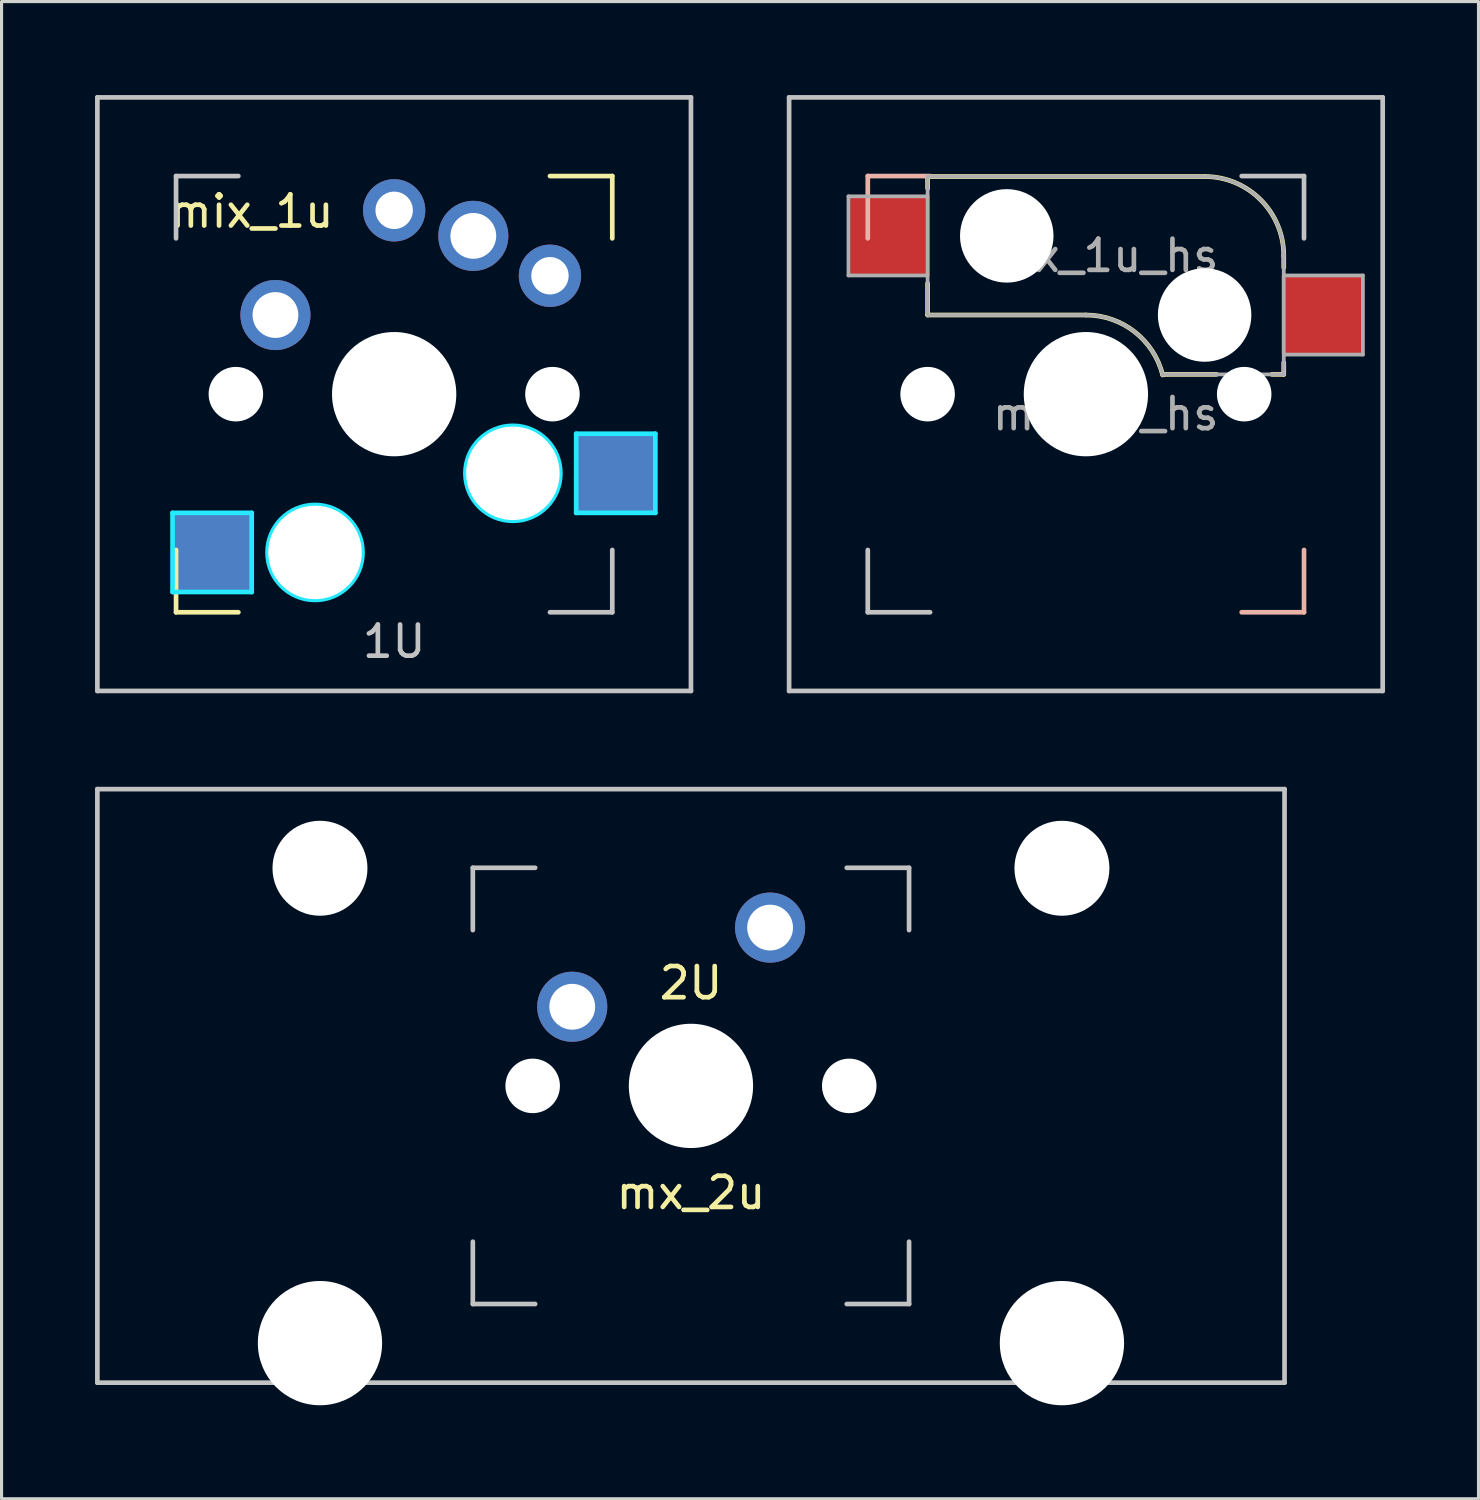
<source format=kicad_pcb>
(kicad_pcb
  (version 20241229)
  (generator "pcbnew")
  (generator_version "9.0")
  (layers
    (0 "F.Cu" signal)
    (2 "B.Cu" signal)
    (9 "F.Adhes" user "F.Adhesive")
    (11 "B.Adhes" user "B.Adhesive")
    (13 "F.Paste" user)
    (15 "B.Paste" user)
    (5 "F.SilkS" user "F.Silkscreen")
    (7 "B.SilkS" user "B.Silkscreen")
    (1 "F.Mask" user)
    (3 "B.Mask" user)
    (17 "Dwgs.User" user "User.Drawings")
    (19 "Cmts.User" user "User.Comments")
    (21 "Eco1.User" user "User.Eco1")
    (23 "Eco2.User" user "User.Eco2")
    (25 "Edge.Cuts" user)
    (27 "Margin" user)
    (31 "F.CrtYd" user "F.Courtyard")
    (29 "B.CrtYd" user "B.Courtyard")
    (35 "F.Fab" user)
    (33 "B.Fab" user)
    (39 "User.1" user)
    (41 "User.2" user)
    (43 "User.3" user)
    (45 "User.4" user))
  (footprint "mix_1u"
    (layer "F.Cu")
    (at 9.6 9.6)
    (property "Reference" "mix_1u" (at -4.572 -5.867 0) (layer "F.SilkS") (effects (font (size 1 1) (thickness 0.15))))
    (attr through_hole)
    (fp_line (start -7 5) (end -7 7) (stroke (width 0.15) (type solid)) (layer "F.SilkS"))
    (fp_line (start -7 7) (end -5 7) (stroke (width 0.15) (type solid)) (layer "F.SilkS"))
    (fp_line (start 5 -7) (end 7 -7) (stroke (width 0.15) (type solid)) (layer "F.SilkS"))
    (fp_line (start 7 -7) (end 7 -5) (stroke (width 0.15) (type solid)) (layer "F.SilkS"))
    (fp_line (start -9.525 -9.525) (end 9.525 -9.525) (stroke (width 0.15) (type solid)) (layer "Dwgs.User"))
    (fp_line (start -9.525 9.525) (end -9.525 -9.525) (stroke (width 0.15) (type solid)) (layer "Dwgs.User"))
    (fp_line (start -7 -7) (end -7 -5) (stroke (width 0.15) (type solid)) (layer "Dwgs.User"))
    (fp_line (start -5 -7) (end -7 -7) (stroke (width 0.15) (type solid)) (layer "Dwgs.User"))
    (fp_line (start 5 7) (end 7 7) (stroke (width 0.15) (type solid)) (layer "Dwgs.User"))
    (fp_line (start 7 7) (end 7 5) (stroke (width 0.15) (type solid)) (layer "Dwgs.User"))
    (fp_line (start 9.525 -9.525) (end 9.525 9.525) (stroke (width 0.15) (type solid)) (layer "Dwgs.User"))
    (fp_line (start 9.525 9.525) (end -9.525 9.525) (stroke (width 0.15) (type solid)) (layer "Dwgs.User"))
    (fp_line (start -7.112 3.81) (end -4.572 3.81) (stroke (width 0.15) (type solid)) (layer "B.CrtYd"))
    (fp_line (start -7.112 6.35) (end -7.112 3.81) (stroke (width 0.15) (type solid)) (layer "B.CrtYd"))
    (fp_line (start -4.572 3.81) (end -4.572 6.35) (stroke (width 0.15) (type solid)) (layer "B.CrtYd"))
    (fp_line (start -4.572 6.35) (end -7.112 6.35) (stroke (width 0.15) (type solid)) (layer "B.CrtYd"))
    (fp_line (start 5.842 1.27) (end 5.842 3.81) (stroke (width 0.15) (type solid)) (layer "B.CrtYd"))
    (fp_line (start 5.842 3.81) (end 8.382 3.81) (stroke (width 0.15) (type solid)) (layer "B.CrtYd"))
    (fp_line (start 8.382 1.27) (end 5.842 1.27) (stroke (width 0.15) (type solid)) (layer "B.CrtYd"))
    (fp_line (start 8.382 3.81) (end 8.382 1.27) (stroke (width 0.15) (type solid)) (layer "B.CrtYd"))
    (fp_circle (center -2.54 5.08) (end -2.54 6.604) (stroke (width 0.15) (type solid)) (fill no) (layer "B.CrtYd"))
    (fp_circle (center 3.81 2.54) (end 3.81 4.064) (stroke (width 0.15) (type solid)) (fill no) (layer "B.CrtYd"))
    (fp_text user "1U" (at 0 7.938 180) (layer "Dwgs.User") (effects (font (size 1 1) (thickness 0.15))))
    (pad "" np_thru_hole circle (at -5.08 0 228.1) (size 1.75 1.75) (drill 1.75) (layers "*.Cu" "*.Mask"))
    (pad "" np_thru_hole circle (at -2.54 5.08 180) (size 3 3) (drill 3) (layers "*.Cu" "*.Mask"))
    (pad "" np_thru_hole circle (at 0 0) (size 3.988 3.988) (drill 3.988) (layers "*.Cu" "*.Mask"))
    (pad "" np_thru_hole circle (at 3.81 2.54 180) (size 3 3) (drill 3) (layers "*.Cu" "*.Mask"))
    (pad "" np_thru_hole circle (at 5.08 0 228.1) (size 1.75 1.75) (drill 1.75) (layers "*.Cu" "*.Mask"))
    (pad "1" smd rect (at -5.842 5.08 180) (size 2.55 2.5) (layers "B.Cu" "B.Mask" "B.Paste"))
    (pad "1" thru_hole circle (at -3.81 -2.54) (size 2.25 2.25) (drill 1.47) (layers "*.Cu" "B.Mask"))
    (pad "1" thru_hole circle (at 0 -5.9) (size 2 2) (drill 1.2) (layers "*.Cu" "*.Mask"))
    (pad "2" thru_hole circle (at 2.54 -5.08) (size 2.25 2.25) (drill 1.47) (layers "*.Cu" "B.Mask"))
    (pad "2" thru_hole circle (at 5 -3.8 221.9) (size 2 2) (drill 1.2) (layers "*.Cu" "*.Mask"))
    (pad "2" smd rect (at 7.085 2.54 180) (size 2.55 2.5) (layers "B.Cu" "B.Mask" "B.Paste")))
  (footprint "mx_1u_hs"
    (layer "F.Cu")
    (at 31.8 9.6)
    (property "Reference" "mx_1u_hs" (at 0 -8.255 0) (layer "User.1") (effects (font (size 1 1) (thickness 0.15)) (justify mirror)))
    (property "Value" "mx_1u_hs" (at 0 8.255 0) (layer "B.Fab") (hide yes) (effects (font (size 1 1) (thickness 0.15)) (justify mirror)))
    (attr smd)
    (fp_line (start -5.08 -6.985) (end -5.08 -6.604) (stroke (width 0.15) (type solid)) (layer "F.SilkS"))
    (fp_line (start -5.08 -3.556) (end -5.08 -2.54) (stroke (width 0.15) (type solid)) (layer "F.SilkS"))
    (fp_line (start -5.08 -2.54) (end 0 -2.54) (stroke (width 0.15) (type solid)) (layer "F.SilkS"))
    (fp_line (start 2.464 -0.635) (end 4.191 -0.635) (stroke (width 0.15) (type solid)) (layer "F.SilkS"))
    (fp_line (start 3.81 -6.985) (end -5.08 -6.985) (stroke (width 0.15) (type solid)) (layer "F.SilkS"))
    (fp_line (start 5.969 -0.635) (end 6.35 -0.635) (stroke (width 0.15) (type solid)) (layer "F.SilkS"))
    (fp_line (start 6.35 -4.445) (end 6.35 -4.064) (stroke (width 0.15) (type solid)) (layer "F.SilkS"))
    (fp_line (start 6.35 -1.016) (end 6.35 -0.635) (stroke (width 0.15) (type solid)) (layer "F.SilkS"))
    (fp_arc (start 0 -2.54) (mid 1.563147 -2.002042) (end 2.464162 -0.61604) (stroke (width 0.15) (type solid)) (layer "F.SilkS"))
    (fp_arc (start 3.81 -6.985) (mid 5.606051 -6.241051) (end 6.35 -4.445) (stroke (width 0.15) (type solid)) (layer "F.SilkS"))
    (fp_line (start -7 -7) (end -7 -5) (stroke (width 0.15) (type solid)) (layer "B.SilkS"))
    (fp_line (start -5 -7) (end -7 -7) (stroke (width 0.15) (type solid)) (layer "B.SilkS"))
    (fp_line (start 7 5) (end 7 7) (stroke (width 0.15) (type solid)) (layer "B.SilkS"))
    (fp_line (start 7 7) (end 5 7) (stroke (width 0.15) (type solid)) (layer "B.SilkS"))
    (fp_line (start -9.525 -9.525) (end -9.525 9.525) (stroke (width 0.15) (type solid)) (layer "Dwgs.User"))
    (fp_line (start -9.525 9.525) (end 9.525 9.525) (stroke (width 0.15) (type solid)) (layer "Dwgs.User"))
    (fp_line (start -7 7) (end -7 5) (stroke (width 0.15) (type solid)) (layer "Dwgs.User"))
    (fp_line (start -5 7) (end -7 7) (stroke (width 0.15) (type solid)) (layer "Dwgs.User"))
    (fp_line (start 5 -7) (end 7 -7) (stroke (width 0.15) (type solid)) (layer "Dwgs.User"))
    (fp_line (start 7 -7) (end 7 -5) (stroke (width 0.15) (type solid)) (layer "Dwgs.User"))
    (fp_line (start 9.525 -9.525) (end -9.525 -9.525) (stroke (width 0.15) (type solid)) (layer "Dwgs.User"))
    (fp_line (start 9.525 9.525) (end 9.525 -9.525) (stroke (width 0.15) (type solid)) (layer "Dwgs.User"))
    (fp_line (start -7.62 -6.35) (end -7.62 -3.81) (stroke (width 0.12) (type solid)) (layer "F.Fab"))
    (fp_line (start -7.62 -3.81) (end -5.08 -3.81) (stroke (width 0.12) (type solid)) (layer "F.Fab"))
    (fp_line (start -5.08 -6.985) (end -5.08 -2.54) (stroke (width 0.12) (type solid)) (layer "F.Fab"))
    (fp_line (start -5.08 -6.35) (end -7.62 -6.35) (stroke (width 0.12) (type solid)) (layer "F.Fab"))
    (fp_line (start -5.08 -2.54) (end 0 -2.54) (stroke (width 0.12) (type solid)) (layer "F.Fab"))
    (fp_line (start 3.81 -6.985) (end -5.08 -6.985) (stroke (width 0.12) (type solid)) (layer "F.Fab"))
    (fp_line (start 6.35 -1.27) (end 8.89 -1.27) (stroke (width 0.12) (type solid)) (layer "F.Fab"))
    (fp_line (start 6.35 -0.635) (end 2.54 -0.635) (stroke (width 0.12) (type solid)) (layer "F.Fab"))
    (fp_line (start 6.35 -0.635) (end 6.35 -4.445) (stroke (width 0.12) (type solid)) (layer "F.Fab"))
    (fp_line (start 8.89 -3.81) (end 6.35 -3.81) (stroke (width 0.12) (type solid)) (layer "F.Fab"))
    (fp_line (start 8.89 -1.27) (end 8.89 -3.81) (stroke (width 0.12) (type solid)) (layer "F.Fab"))
    (fp_arc (start 0 -2.54) (mid 1.563147 -2.002042) (end 2.464162 -0.61604) (stroke (width 0.12) (type solid)) (layer "F.Fab"))
    (fp_arc (start 3.81 -6.985) (mid 5.606051 -6.241051) (end 6.35 -4.445) (stroke (width 0.12) (type solid)) (layer "F.Fab"))
    (fp_text user "1U" (at 0 -3.302 180) (layer "Eco1.User") (effects (font (size 1 1) (thickness 0.15))))
    (fp_text user "${REFERENCE}" (at 0.635 -4.445 0) (layer "F.Fab") (effects (font (size 1 1) (thickness 0.15))))
    (fp_text user "${VALUE}" (at 0.635 0.635 0) (layer "F.Fab") (effects (font (size 1 1) (thickness 0.15))))
    (pad "" np_thru_hole circle (at -5.08 0 131.9) (size 1.75 1.75) (drill 1.75) (layers "*.Cu" "*.Mask"))
    (pad "" np_thru_hole circle (at -2.54 -5.08 180) (size 3 3) (drill 3) (layers "*.Cu" "*.Mask"))
    (pad "" np_thru_hole circle (at 0 0 180) (size 3.988 3.988) (drill 3.988) (layers "*.Cu" "*.Mask"))
    (pad "" np_thru_hole circle (at 3.81 -2.54 180) (size 3 3) (drill 3) (layers "*.Cu" "*.Mask"))
    (pad "" np_thru_hole circle (at 5.08 0 131.9) (size 1.75 1.75) (drill 1.75) (layers "*.Cu" "*.Mask"))
    (pad "1" smd rect (at 7.56 -2.54 180) (size 2.55 2.5) (layers "F.Cu" "F.Mask" "F.Paste"))
    (pad "2" smd rect (at -6.29 -5.08 180) (size 2.55 2.5) (layers "F.Cu" "F.Mask" "F.Paste")))
  (footprint "mx_2u"
    (layer "F.Cu")
    (at 19.125 31.8)
    (property "Reference" "mx_2u" (at 0 3.429 0) (layer "F.SilkS") (effects (font (size 1 1) (thickness 0.15))))
    (attr through_hole)
    (fp_line (start -19.05 -9.525) (end 19.05 -9.525) (stroke (width 0.15) (type solid)) (layer "Dwgs.User"))
    (fp_line (start -19.05 9.525) (end -19.05 -9.525) (stroke (width 0.15) (type solid)) (layer "Dwgs.User"))
    (fp_line (start -19.05 9.525) (end 19.05 9.525) (stroke (width 0.15) (type solid)) (layer "Dwgs.User"))
    (fp_line (start -7 -7) (end -7 -5) (stroke (width 0.15) (type solid)) (layer "Dwgs.User"))
    (fp_line (start -7 5) (end -7 7) (stroke (width 0.15) (type solid)) (layer "Dwgs.User"))
    (fp_line (start -7 7) (end -5 7) (stroke (width 0.15) (type solid)) (layer "Dwgs.User"))
    (fp_line (start -5 -7) (end -7 -7) (stroke (width 0.15) (type solid)) (layer "Dwgs.User"))
    (fp_line (start 5 -7) (end 7 -7) (stroke (width 0.15) (type solid)) (layer "Dwgs.User"))
    (fp_line (start 5 7) (end 7 7) (stroke (width 0.15) (type solid)) (layer "Dwgs.User"))
    (fp_line (start 7 -7) (end 7 -5) (stroke (width 0.15) (type solid)) (layer "Dwgs.User"))
    (fp_line (start 7 7) (end 7 5) (stroke (width 0.15) (type solid)) (layer "Dwgs.User"))
    (fp_line (start 19.05 -9.525) (end 19.05 9.525) (stroke (width 0.15) (type solid)) (layer "Dwgs.User"))
    (fp_text user "2U" (at 0 -3.302 0) (layer "F.SilkS") (effects (font (size 1 1) (thickness 0.15))))
    (pad "" np_thru_hole circle (at -11.906 -6.985) (size 3.048 3.048) (drill 3.048) (layers "*.Cu" "*.Mask"))
    (pad "" np_thru_hole circle (at -11.906 8.255) (size 3.988 3.988) (drill 3.988) (layers "*.Cu" "*.Mask"))
    (pad "" np_thru_hole circle (at -5.08 0 48.1) (size 1.75 1.75) (drill 1.75) (layers "*.Cu" "*.Mask"))
    (pad "" np_thru_hole circle (at 0 0) (size 3.988 3.988) (drill 3.988) (layers "*.Cu" "*.Mask"))
    (pad "" np_thru_hole circle (at 5.08 0 48.1) (size 1.75 1.75) (drill 1.75) (layers "*.Cu" "*.Mask"))
    (pad "" np_thru_hole circle (at 11.906 -6.985) (size 3.048 3.048) (drill 3.048) (layers "*.Cu" "*.Mask"))
    (pad "" np_thru_hole circle (at 11.906 8.255) (size 3.988 3.988) (drill 3.988) (layers "*.Cu" "*.Mask"))
    (pad "1" thru_hole circle (at -3.81 -2.54) (size 2.25 2.25) (drill 1.47) (layers "*.Cu" "B.Mask"))
    (pad "2" thru_hole circle (at 2.54 -5.08) (size 2.25 2.25) (drill 1.47) (layers "*.Cu" "B.Mask")))
  (gr_rect
    (start -3 -3)
    (end 44.4 45.049)
    (stroke (width 0.1) (type default))
    (fill no)
    (layer "Edge.Cuts")))
</source>
